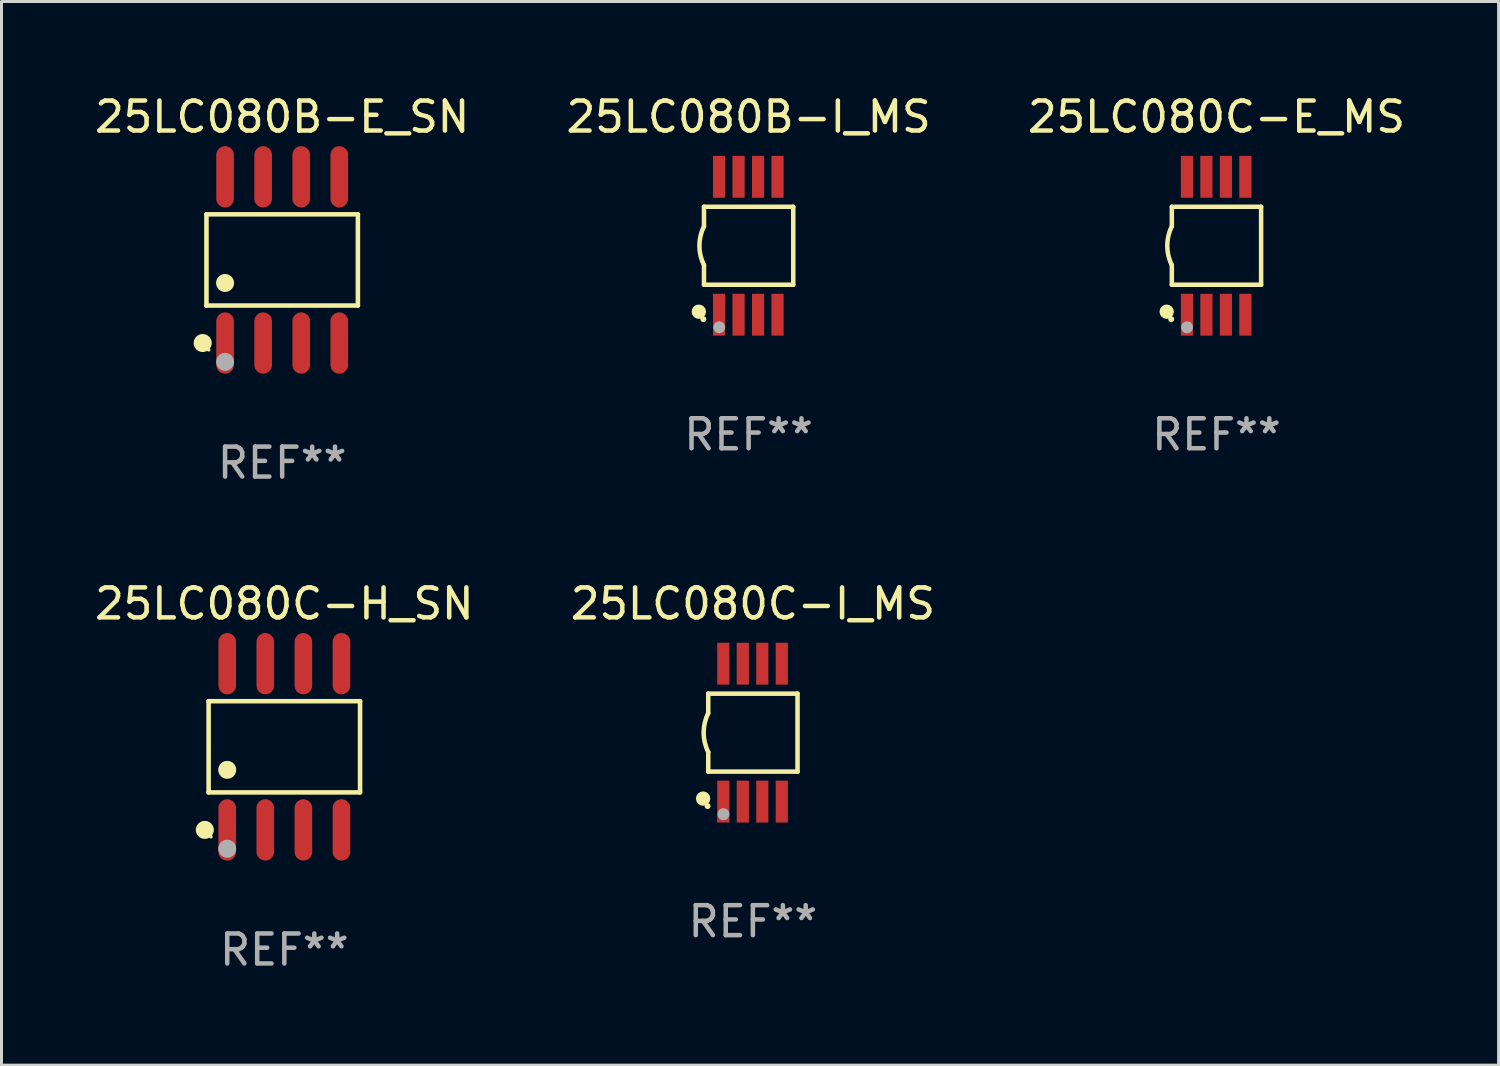
<source format=kicad_pcb>
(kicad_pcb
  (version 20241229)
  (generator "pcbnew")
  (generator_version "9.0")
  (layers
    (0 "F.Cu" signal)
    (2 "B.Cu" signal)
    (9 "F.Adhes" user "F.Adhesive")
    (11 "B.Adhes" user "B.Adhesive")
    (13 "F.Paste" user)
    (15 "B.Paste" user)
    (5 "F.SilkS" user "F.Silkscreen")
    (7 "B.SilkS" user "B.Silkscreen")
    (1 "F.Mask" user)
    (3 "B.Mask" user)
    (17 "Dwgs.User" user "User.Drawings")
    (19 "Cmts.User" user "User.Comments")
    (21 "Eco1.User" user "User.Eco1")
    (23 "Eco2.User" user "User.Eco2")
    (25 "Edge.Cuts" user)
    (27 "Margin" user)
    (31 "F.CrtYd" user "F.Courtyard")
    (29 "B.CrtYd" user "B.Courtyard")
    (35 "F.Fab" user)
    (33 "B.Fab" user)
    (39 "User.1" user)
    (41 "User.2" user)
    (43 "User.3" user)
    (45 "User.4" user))
  (footprint "25LC080C-H_SN"
    (layer "F.Cu")
    (at 6.435 21.862)
    (property "Reference" "25LC080C-H_SN" (at 0 -4.772 0) (layer "F.SilkS") (effects (font (size 1 1) (thickness 0.15))))
    (attr through_hole)
    (fp_line (start -2.526 -1.521) (end 2.526 -1.521) (stroke (width 0.152) (type solid)) (layer "F.SilkS"))
    (fp_line (start -2.526 1.521) (end -2.526 -1.521) (stroke (width 0.152) (type solid)) (layer "F.SilkS"))
    (fp_line (start 2.526 -1.521) (end 2.526 1.521) (stroke (width 0.152) (type solid)) (layer "F.SilkS"))
    (fp_line (start 2.526 1.521) (end -2.526 1.521) (stroke (width 0.152) (type solid)) (layer "F.SilkS"))
    (fp_circle (center -2.652 2.772) (end -2.501 2.772) (stroke (width 0.3) (type solid)) (fill no) (layer "F.SilkS"))
    (fp_circle (center -2.45 3) (end -2.42 3) (stroke (width 0.06) (type solid)) (fill no) (layer "F.SilkS"))
    (fp_circle (center -1.905 0.769) (end -1.755 0.769) (stroke (width 0.3) (type solid)) (fill no) (layer "F.SilkS"))
    (fp_circle (center -1.905 3.4) (end -1.755 3.4) (stroke (width 0.3) (type solid)) (fill no) (layer "F.Fab"))
    (fp_text user "REF**" (at 0 6.772 0) (layer "F.Fab") (effects (font (size 1 1) (thickness 0.15))))
    (pad "1" smd oval (at -1.905 2.772) (size 0.588 2.045) (layers "F.Cu" "F.Mask" "F.Paste"))
    (pad "2" smd oval (at -0.635 2.772) (size 0.588 2.045) (layers "F.Cu" "F.Mask" "F.Paste"))
    (pad "3" smd oval (at 0.635 2.772) (size 0.588 2.045) (layers "F.Cu" "F.Mask" "F.Paste"))
    (pad "4" smd oval (at 1.905 2.772) (size 0.588 2.045) (layers "F.Cu" "F.Mask" "F.Paste"))
    (pad "5" smd oval (at 1.905 -2.772) (size 0.588 2.045) (layers "F.Cu" "F.Mask" "F.Paste"))
    (pad "6" smd oval (at 0.635 -2.772) (size 0.588 2.045) (layers "F.Cu" "F.Mask" "F.Paste"))
    (pad "7" smd oval (at -0.635 -2.772) (size 0.588 2.045) (layers "F.Cu" "F.Mask" "F.Paste"))
    (pad "8" smd oval (at -1.905 -2.772) (size 0.588 2.045) (layers "F.Cu" "F.Mask" "F.Paste")))
  (footprint "25LC080B-I_MS"
    (layer "F.Cu")
    (at 21.923 5.148)
    (property "Reference" "25LC080B-I_MS" (at 0 -4.3 0) (layer "F.SilkS") (effects (font (size 1 1) (thickness 0.15))))
    (attr through_hole)
    (fp_line (start -1.489 -1.3) (end -1.489 -0.648) (stroke (width 0.15) (type solid)) (layer "F.SilkS"))
    (fp_line (start -1.489 0.648) (end -1.489 1.3) (stroke (width 0.15) (type solid)) (layer "F.SilkS"))
    (fp_line (start -1.489 1.3) (end 1.489 1.3) (stroke (width 0.15) (type solid)) (layer "F.SilkS"))
    (fp_line (start 1.489 -1.3) (end -1.489 -1.3) (stroke (width 0.15) (type solid)) (layer "F.SilkS"))
    (fp_line (start 1.489 1.3) (end 1.489 -1.3) (stroke (width 0.15) (type solid)) (layer "F.SilkS"))
    (fp_arc (start -1.489205 0.647702) (mid -1.642107 0) (end -1.489205 -0.647701) (stroke (width 0.150013) (type solid)) (layer "F.SilkS"))
    (fp_circle (center -1.661 2.2) (end -1.541 2.2) (stroke (width 0.24) (type solid)) (fill no) (layer "F.SilkS"))
    (fp_circle (center -1.511 2.45) (end -1.461 2.45) (stroke (width 0.1) (type solid)) (fill no) (layer "F.SilkS"))
    (fp_circle (center -0.981 2.72) (end -0.881 2.72) (stroke (width 0.2) (type solid)) (fill no) (layer "F.Fab"))
    (fp_text user "REF**" (at 0 6.3 0) (layer "F.Fab") (effects (font (size 1 1) (thickness 0.15))))
    (pad "1" smd rect (at -0.986 2.3) (size 0.406 1.397) (layers "F.Cu" "F.Mask" "F.Paste"))
    (pad "2" smd rect (at -0.336 2.3) (size 0.406 1.397) (layers "F.Cu" "F.Mask" "F.Paste"))
    (pad "3" smd rect (at 0.314 2.3) (size 0.406 1.397) (layers "F.Cu" "F.Mask" "F.Paste"))
    (pad "4" smd rect (at 0.964 2.3) (size 0.406 1.397) (layers "F.Cu" "F.Mask" "F.Paste"))
    (pad "5" smd rect (at 0.964 -2.3) (size 0.406 1.397) (layers "F.Cu" "F.Mask" "F.Paste"))
    (pad "6" smd rect (at 0.314 -2.3) (size 0.406 1.397) (layers "F.Cu" "F.Mask" "F.Paste"))
    (pad "7" smd rect (at -0.336 -2.3) (size 0.406 1.397) (layers "F.Cu" "F.Mask" "F.Paste"))
    (pad "8" smd rect (at -0.986 -2.3) (size 0.406 1.397) (layers "F.Cu" "F.Mask" "F.Paste")))
  (footprint "25LC080C-I_MS"
    (layer "F.Cu")
    (at 22.065 21.39)
    (property "Reference" "25LC080C-I_MS" (at 0 -4.3 0) (layer "F.SilkS") (effects (font (size 1 1) (thickness 0.15))))
    (attr through_hole)
    (fp_line (start -1.489 -1.3) (end -1.489 -0.648) (stroke (width 0.15) (type solid)) (layer "F.SilkS"))
    (fp_line (start -1.489 0.648) (end -1.489 1.3) (stroke (width 0.15) (type solid)) (layer "F.SilkS"))
    (fp_line (start -1.489 1.3) (end 1.489 1.3) (stroke (width 0.15) (type solid)) (layer "F.SilkS"))
    (fp_line (start 1.489 -1.3) (end -1.489 -1.3) (stroke (width 0.15) (type solid)) (layer "F.SilkS"))
    (fp_line (start 1.489 1.3) (end 1.489 -1.3) (stroke (width 0.15) (type solid)) (layer "F.SilkS"))
    (fp_arc (start -1.489205 0.647702) (mid -1.642107 0) (end -1.489205 -0.647701) (stroke (width 0.150013) (type solid)) (layer "F.SilkS"))
    (fp_circle (center -1.661 2.2) (end -1.541 2.2) (stroke (width 0.24) (type solid)) (fill no) (layer "F.SilkS"))
    (fp_circle (center -1.511 2.45) (end -1.461 2.45) (stroke (width 0.1) (type solid)) (fill no) (layer "F.SilkS"))
    (fp_circle (center -0.981 2.72) (end -0.881 2.72) (stroke (width 0.2) (type solid)) (fill no) (layer "F.Fab"))
    (fp_text user "REF**" (at 0 6.3 0) (layer "F.Fab") (effects (font (size 1 1) (thickness 0.15))))
    (pad "1" smd rect (at -0.986 2.3) (size 0.406 1.397) (layers "F.Cu" "F.Mask" "F.Paste"))
    (pad "2" smd rect (at -0.336 2.3) (size 0.406 1.397) (layers "F.Cu" "F.Mask" "F.Paste"))
    (pad "3" smd rect (at 0.314 2.3) (size 0.406 1.397) (layers "F.Cu" "F.Mask" "F.Paste"))
    (pad "4" smd rect (at 0.964 2.3) (size 0.406 1.397) (layers "F.Cu" "F.Mask" "F.Paste"))
    (pad "5" smd rect (at 0.964 -2.3) (size 0.406 1.397) (layers "F.Cu" "F.Mask" "F.Paste"))
    (pad "6" smd rect (at 0.314 -2.3) (size 0.406 1.397) (layers "F.Cu" "F.Mask" "F.Paste"))
    (pad "7" smd rect (at -0.336 -2.3) (size 0.406 1.397) (layers "F.Cu" "F.Mask" "F.Paste"))
    (pad "8" smd rect (at -0.986 -2.3) (size 0.406 1.397) (layers "F.Cu" "F.Mask" "F.Paste")))
  (footprint "25LC080B-E_SN"
    (layer "F.Cu")
    (at 6.363 5.621)
    (property "Reference" "25LC080B-E_SN" (at 0 -4.772 0) (layer "F.SilkS") (effects (font (size 1 1) (thickness 0.15))))
    (attr through_hole)
    (fp_line (start -2.526 -1.521) (end 2.526 -1.521) (stroke (width 0.152) (type solid)) (layer "F.SilkS"))
    (fp_line (start -2.526 1.521) (end -2.526 -1.521) (stroke (width 0.152) (type solid)) (layer "F.SilkS"))
    (fp_line (start 2.526 -1.521) (end 2.526 1.521) (stroke (width 0.152) (type solid)) (layer "F.SilkS"))
    (fp_line (start 2.526 1.521) (end -2.526 1.521) (stroke (width 0.152) (type solid)) (layer "F.SilkS"))
    (fp_circle (center -2.652 2.772) (end -2.501 2.772) (stroke (width 0.3) (type solid)) (fill no) (layer "F.SilkS"))
    (fp_circle (center -2.45 3) (end -2.42 3) (stroke (width 0.06) (type solid)) (fill no) (layer "F.SilkS"))
    (fp_circle (center -1.905 0.769) (end -1.755 0.769) (stroke (width 0.3) (type solid)) (fill no) (layer "F.SilkS"))
    (fp_circle (center -1.905 3.4) (end -1.755 3.4) (stroke (width 0.3) (type solid)) (fill no) (layer "F.Fab"))
    (fp_text user "REF**" (at 0 6.772 0) (layer "F.Fab") (effects (font (size 1 1) (thickness 0.15))))
    (pad "1" smd oval (at -1.905 2.772) (size 0.588 2.045) (layers "F.Cu" "F.Mask" "F.Paste"))
    (pad "2" smd oval (at -0.635 2.772) (size 0.588 2.045) (layers "F.Cu" "F.Mask" "F.Paste"))
    (pad "3" smd oval (at 0.635 2.772) (size 0.588 2.045) (layers "F.Cu" "F.Mask" "F.Paste"))
    (pad "4" smd oval (at 1.905 2.772) (size 0.588 2.045) (layers "F.Cu" "F.Mask" "F.Paste"))
    (pad "5" smd oval (at 1.905 -2.772) (size 0.588 2.045) (layers "F.Cu" "F.Mask" "F.Paste"))
    (pad "6" smd oval (at 0.635 -2.772) (size 0.588 2.045) (layers "F.Cu" "F.Mask" "F.Paste"))
    (pad "7" smd oval (at -0.635 -2.772) (size 0.588 2.045) (layers "F.Cu" "F.Mask" "F.Paste"))
    (pad "8" smd oval (at -1.905 -2.772) (size 0.588 2.045) (layers "F.Cu" "F.Mask" "F.Paste")))
  (footprint "25LC080C-E_MS"
    (layer "F.Cu")
    (at 37.53 5.148)
    (property "Reference" "25LC080C-E_MS" (at 0 -4.3 0) (layer "F.SilkS") (effects (font (size 1 1) (thickness 0.15))))
    (attr through_hole)
    (fp_line (start -1.489 -1.3) (end -1.489 -0.648) (stroke (width 0.15) (type solid)) (layer "F.SilkS"))
    (fp_line (start -1.489 0.648) (end -1.489 1.3) (stroke (width 0.15) (type solid)) (layer "F.SilkS"))
    (fp_line (start -1.489 1.3) (end 1.489 1.3) (stroke (width 0.15) (type solid)) (layer "F.SilkS"))
    (fp_line (start 1.489 -1.3) (end -1.489 -1.3) (stroke (width 0.15) (type solid)) (layer "F.SilkS"))
    (fp_line (start 1.489 1.3) (end 1.489 -1.3) (stroke (width 0.15) (type solid)) (layer "F.SilkS"))
    (fp_arc (start -1.489205 0.647702) (mid -1.642107 0) (end -1.489205 -0.647701) (stroke (width 0.150013) (type solid)) (layer "F.SilkS"))
    (fp_circle (center -1.661 2.2) (end -1.541 2.2) (stroke (width 0.24) (type solid)) (fill no) (layer "F.SilkS"))
    (fp_circle (center -1.511 2.45) (end -1.461 2.45) (stroke (width 0.1) (type solid)) (fill no) (layer "F.SilkS"))
    (fp_circle (center -0.981 2.72) (end -0.881 2.72) (stroke (width 0.2) (type solid)) (fill no) (layer "F.Fab"))
    (fp_text user "REF**" (at 0 6.3 0) (layer "F.Fab") (effects (font (size 1 1) (thickness 0.15))))
    (pad "1" smd rect (at -0.986 2.3) (size 0.406 1.397) (layers "F.Cu" "F.Mask" "F.Paste"))
    (pad "2" smd rect (at -0.336 2.3) (size 0.406 1.397) (layers "F.Cu" "F.Mask" "F.Paste"))
    (pad "3" smd rect (at 0.314 2.3) (size 0.406 1.397) (layers "F.Cu" "F.Mask" "F.Paste"))
    (pad "4" smd rect (at 0.964 2.3) (size 0.406 1.397) (layers "F.Cu" "F.Mask" "F.Paste"))
    (pad "5" smd rect (at 0.964 -2.3) (size 0.406 1.397) (layers "F.Cu" "F.Mask" "F.Paste"))
    (pad "6" smd rect (at 0.314 -2.3) (size 0.406 1.397) (layers "F.Cu" "F.Mask" "F.Paste"))
    (pad "7" smd rect (at -0.336 -2.3) (size 0.406 1.397) (layers "F.Cu" "F.Mask" "F.Paste"))
    (pad "8" smd rect (at -0.986 -2.3) (size 0.406 1.397) (layers "F.Cu" "F.Mask" "F.Paste")))
  (gr_rect
    (start -3 -3)
    (end 46.94 32.483)
    (stroke (width 0.1) (type default))
    (fill no)
    (layer "Edge.Cuts")))
</source>
